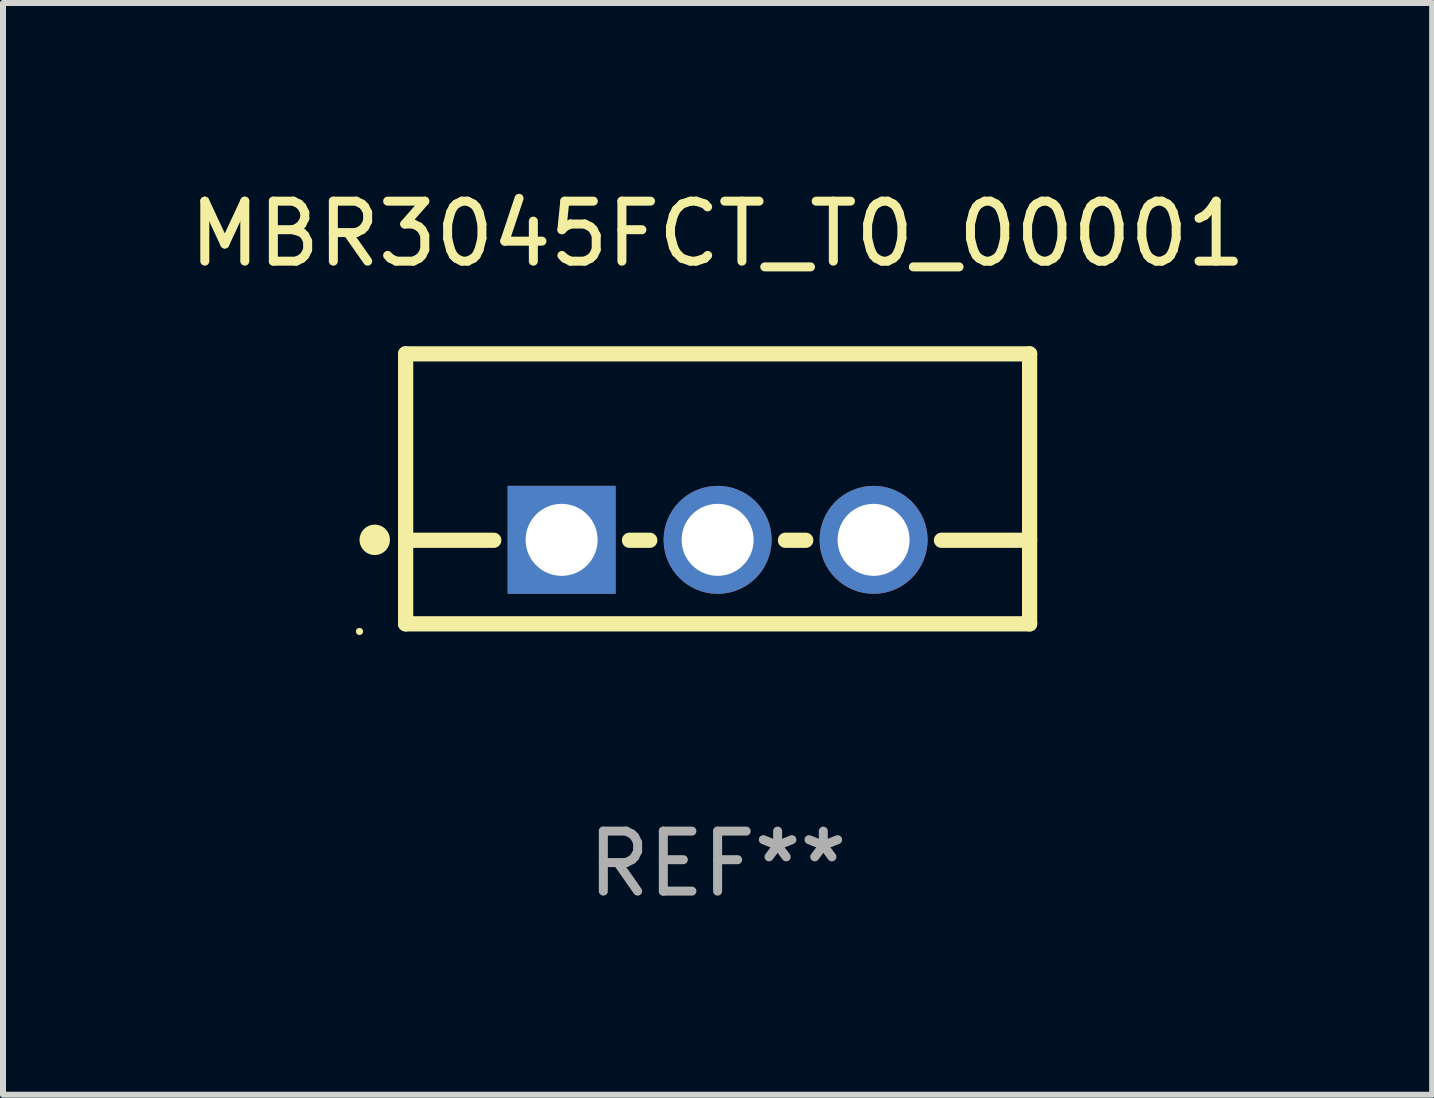
<source format=kicad_pcb>
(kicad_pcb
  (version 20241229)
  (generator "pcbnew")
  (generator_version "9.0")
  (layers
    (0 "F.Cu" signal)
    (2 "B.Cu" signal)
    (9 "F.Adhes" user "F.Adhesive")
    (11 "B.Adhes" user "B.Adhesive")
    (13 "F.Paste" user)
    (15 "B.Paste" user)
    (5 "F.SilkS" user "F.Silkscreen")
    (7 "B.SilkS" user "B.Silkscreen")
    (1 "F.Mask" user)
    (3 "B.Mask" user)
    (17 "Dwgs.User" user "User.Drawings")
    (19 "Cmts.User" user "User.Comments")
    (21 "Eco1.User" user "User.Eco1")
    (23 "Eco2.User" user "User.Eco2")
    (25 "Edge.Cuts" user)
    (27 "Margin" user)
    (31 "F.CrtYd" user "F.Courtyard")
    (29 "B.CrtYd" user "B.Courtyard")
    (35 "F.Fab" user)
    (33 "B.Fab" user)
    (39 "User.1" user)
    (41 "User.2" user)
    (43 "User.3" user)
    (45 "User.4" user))
  (footprint "MBR3045FCT_T0_00001"
    (layer "F.Cu")
    (at 8.911 5.098)
    (property "Reference" "MBR3045FCT_T0_00001" (at 0 -4.25 0) (layer "F.SilkS") (effects (font (size 1 1) (thickness 0.15))))
    (attr through_hole)
    (fp_line (start -5.2 -2.25) (end -5.2 2.25) (stroke (width 0.254) (type solid)) (layer "F.SilkS"))
    (fp_line (start -5.2 -2.25) (end 5.2 -2.25) (stroke (width 0.254) (type solid)) (layer "F.SilkS"))
    (fp_line (start -5.2 0.857) (end -3.731 0.857) (stroke (width 0.254) (type solid)) (layer "F.SilkS"))
    (fp_line (start -5.2 2.25) (end 5.2 2.25) (stroke (width 0.254) (type solid)) (layer "F.SilkS"))
    (fp_line (start -1.469 0.857) (end -1.131 0.857) (stroke (width 0.254) (type solid)) (layer "F.SilkS"))
    (fp_line (start 1.131 0.857) (end 1.469 0.857) (stroke (width 0.254) (type solid)) (layer "F.SilkS"))
    (fp_line (start 3.731 0.857) (end 5.2 0.857) (stroke (width 0.254) (type solid)) (layer "F.SilkS"))
    (fp_line (start 5.2 -2.25) (end 5.2 2.25) (stroke (width 0.254) (type solid)) (layer "F.SilkS"))
    (fp_circle (center -5.969 2.377) (end -5.939 2.377) (stroke (width 0.06) (type solid)) (fill no) (layer "F.SilkS"))
    (fp_circle (center -5.715 0.85) (end -5.588 0.85) (stroke (width 0.254) (type solid)) (fill no) (layer "F.SilkS"))
    (fp_text user "REF**" (at 0 6.25 0) (layer "F.Fab") (effects (font (size 1 1) (thickness 0.15))))
    (pad "1" thru_hole rect (at -2.6 0.85) (size 1.8 1.8) (drill 1.2) (layers "*.Cu" "*.Mask"))
    (pad "2" thru_hole circle (at 0 0.85) (size 1.8 1.8) (drill 1.2) (layers "*.Cu" "*.Mask"))
    (pad "3" thru_hole circle (at 2.6 0.85) (size 1.8 1.8) (drill 1.2) (layers "*.Cu" "*.Mask")))
  (gr_rect
    (start -3 -3)
    (end 20.821 15.197)
    (stroke (width 0.1) (type default))
    (fill no)
    (layer "Edge.Cuts")))
</source>
